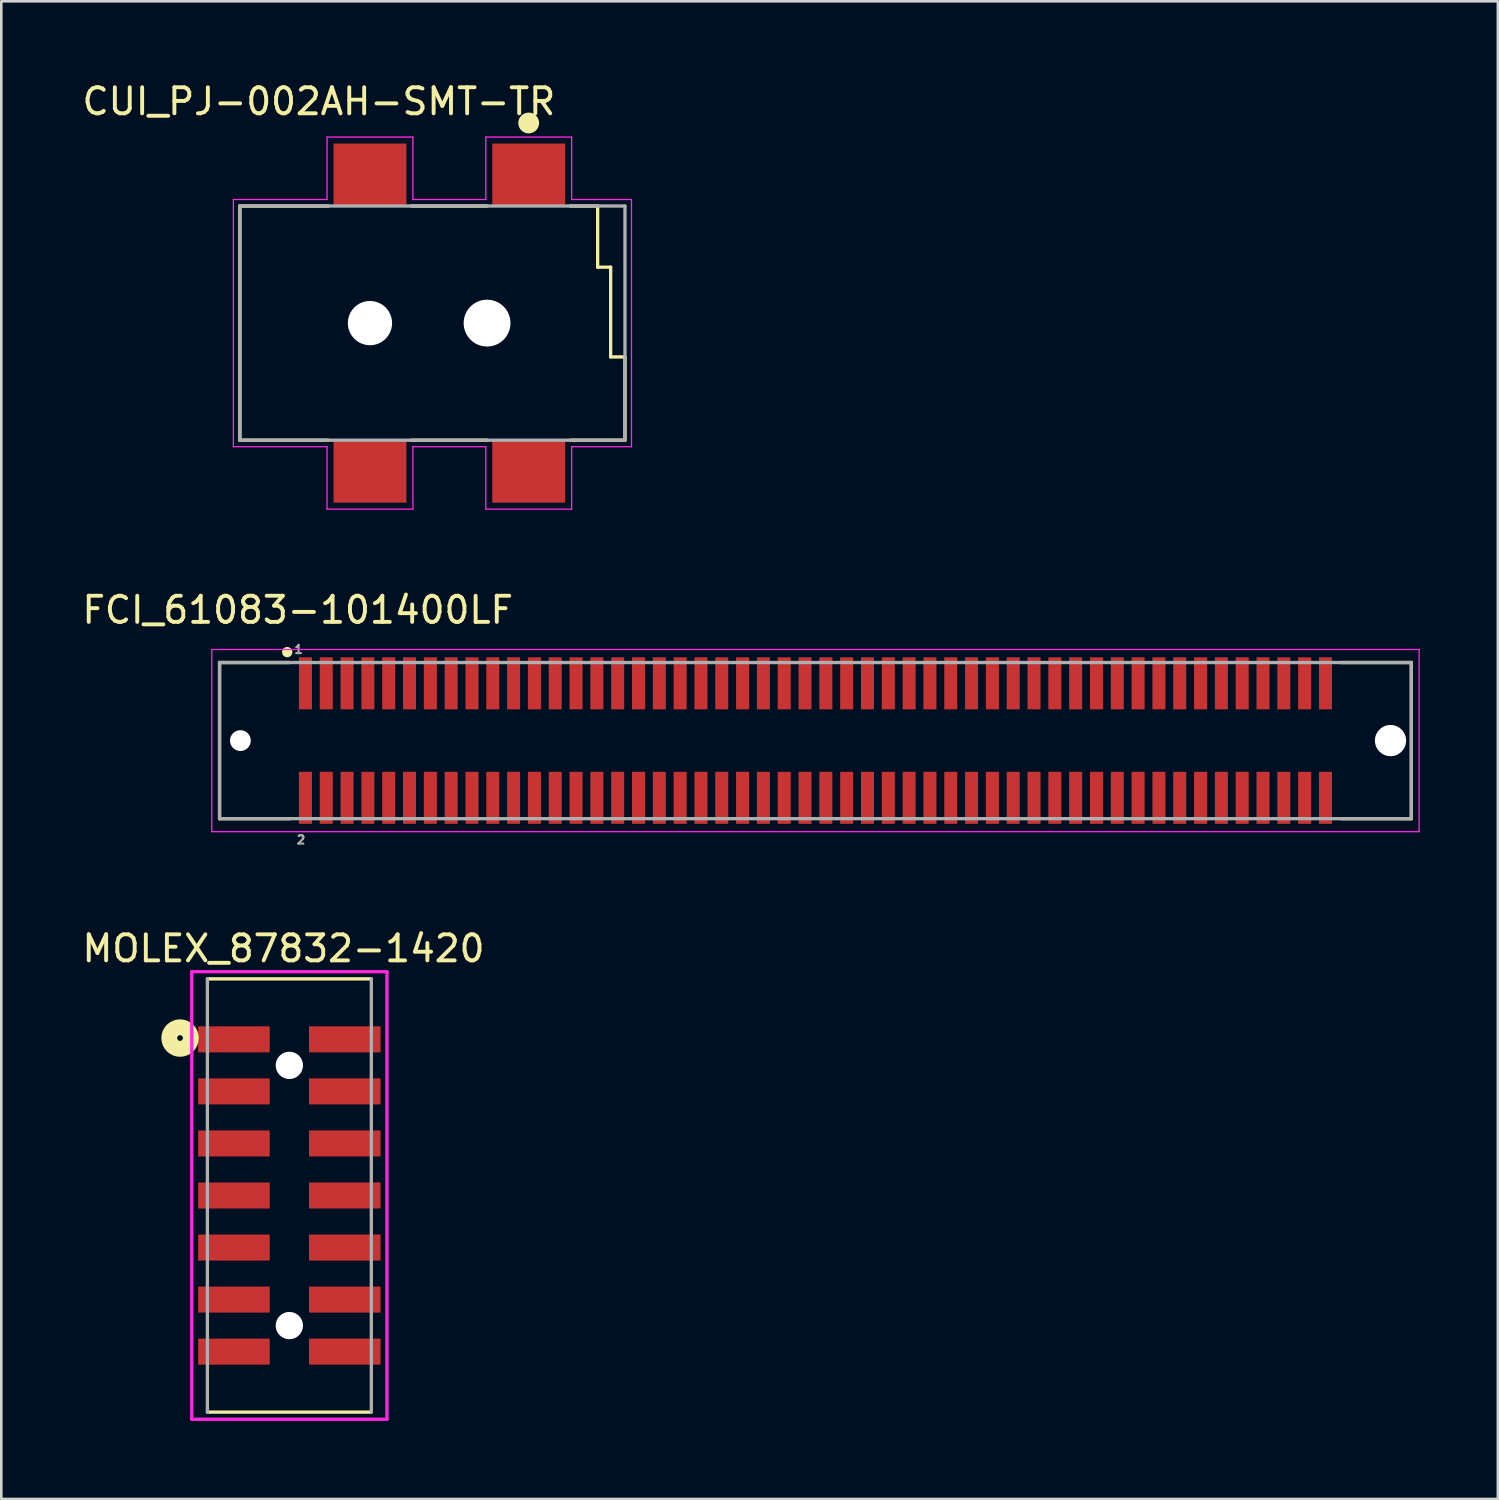
<source format=kicad_pcb>
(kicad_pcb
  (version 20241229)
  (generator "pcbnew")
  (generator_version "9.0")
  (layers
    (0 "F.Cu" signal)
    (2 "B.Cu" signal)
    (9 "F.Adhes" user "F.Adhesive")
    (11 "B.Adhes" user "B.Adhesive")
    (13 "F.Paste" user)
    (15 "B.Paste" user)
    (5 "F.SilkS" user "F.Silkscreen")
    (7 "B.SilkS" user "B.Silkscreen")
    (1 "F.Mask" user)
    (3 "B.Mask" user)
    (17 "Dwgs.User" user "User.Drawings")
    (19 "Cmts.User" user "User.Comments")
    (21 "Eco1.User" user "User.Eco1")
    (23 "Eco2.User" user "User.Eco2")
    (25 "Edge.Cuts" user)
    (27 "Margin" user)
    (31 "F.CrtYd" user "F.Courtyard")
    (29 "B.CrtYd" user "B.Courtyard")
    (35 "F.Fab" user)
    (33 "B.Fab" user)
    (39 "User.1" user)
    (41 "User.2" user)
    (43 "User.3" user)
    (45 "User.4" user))
  (footprint "CUI_PJ-002AH-SMT-TR"
    (layer "F.Cu")
    (at 17.268 3.667)
    (property "Reference" "CUI_PJ-002AH-SMT-TR" (at -8.063 -2.818 0) (layer "F.SilkS") (effects (font (size 1.001 1.001) (thickness 0.15))))
    (attr smd)
    (fp_line (start -11.1 1.2) (end -11.1 10.2) (stroke (width 0.127) (type solid)) (layer "F.SilkS"))
    (fp_line (start -11.1 10.2) (end -7.7 10.2) (stroke (width 0.127) (type solid)) (layer "F.SilkS"))
    (fp_line (start -7.7 1.2) (end -11.1 1.2) (stroke (width 0.127) (type solid)) (layer "F.SilkS"))
    (fp_line (start -4.5 10.2) (end -1.6 10.2) (stroke (width 0.127) (type solid)) (layer "F.SilkS"))
    (fp_line (start -1.6 1.2) (end -4.5 1.2) (stroke (width 0.127) (type solid)) (layer "F.SilkS"))
    (fp_line (start 1.6 10.2) (end 3.7 10.2) (stroke (width 0.127) (type solid)) (layer "F.SilkS"))
    (fp_line (start 2.65 1.2) (end 1.6 1.2) (stroke (width 0.127) (type solid)) (layer "F.SilkS"))
    (fp_line (start 2.65 3.55) (end 2.65 1.2) (stroke (width 0.127) (type solid)) (layer "F.SilkS"))
    (fp_line (start 3.15 3.55) (end 2.65 3.55) (stroke (width 0.127) (type solid)) (layer "F.SilkS"))
    (fp_line (start 3.15 7) (end 3.15 3.55) (stroke (width 0.127) (type solid)) (layer "F.SilkS"))
    (fp_line (start 3.7 7) (end 3.15 7) (stroke (width 0.127) (type solid)) (layer "F.SilkS"))
    (fp_line (start 3.7 10.2) (end 3.7 7) (stroke (width 0.127) (type solid)) (layer "F.SilkS"))
    (fp_circle (center 0 -1.99) (end 0.2 -1.99) (stroke (width 0.4) (type solid)) (fill no) (layer "F.SilkS"))
    (fp_line (start -11.35 0.95) (end -7.75 0.95) (stroke (width 0.05) (type solid)) (layer "F.CrtYd"))
    (fp_line (start -11.35 10.45) (end -11.35 0.95) (stroke (width 0.05) (type solid)) (layer "F.CrtYd"))
    (fp_line (start -7.75 -1.45) (end -4.45 -1.45) (stroke (width 0.05) (type solid)) (layer "F.CrtYd"))
    (fp_line (start -7.75 0.95) (end -7.75 -1.45) (stroke (width 0.05) (type solid)) (layer "F.CrtYd"))
    (fp_line (start -7.75 10.45) (end -11.35 10.45) (stroke (width 0.05) (type solid)) (layer "F.CrtYd"))
    (fp_line (start -7.75 12.85) (end -7.75 10.45) (stroke (width 0.05) (type solid)) (layer "F.CrtYd"))
    (fp_line (start -4.45 -1.45) (end -4.45 0.95) (stroke (width 0.05) (type solid)) (layer "F.CrtYd"))
    (fp_line (start -4.45 0.95) (end -1.65 0.95) (stroke (width 0.05) (type solid)) (layer "F.CrtYd"))
    (fp_line (start -4.45 10.45) (end -4.45 12.85) (stroke (width 0.05) (type solid)) (layer "F.CrtYd"))
    (fp_line (start -4.45 12.85) (end -7.75 12.85) (stroke (width 0.05) (type solid)) (layer "F.CrtYd"))
    (fp_line (start -1.65 -1.45) (end 1.65 -1.45) (stroke (width 0.05) (type solid)) (layer "F.CrtYd"))
    (fp_line (start -1.65 0.95) (end -1.65 -1.45) (stroke (width 0.05) (type solid)) (layer "F.CrtYd"))
    (fp_line (start -1.65 10.45) (end -4.45 10.45) (stroke (width 0.05) (type solid)) (layer "F.CrtYd"))
    (fp_line (start -1.65 12.85) (end -1.65 10.45) (stroke (width 0.05) (type solid)) (layer "F.CrtYd"))
    (fp_line (start 1.65 -1.45) (end 1.65 0.95) (stroke (width 0.05) (type solid)) (layer "F.CrtYd"))
    (fp_line (start 1.65 0.95) (end 3.95 0.95) (stroke (width 0.05) (type solid)) (layer "F.CrtYd"))
    (fp_line (start 1.65 10.45) (end 1.65 12.85) (stroke (width 0.05) (type solid)) (layer "F.CrtYd"))
    (fp_line (start 1.65 12.85) (end -1.65 12.85) (stroke (width 0.05) (type solid)) (layer "F.CrtYd"))
    (fp_line (start 3.95 0.95) (end 3.95 10.45) (stroke (width 0.05) (type solid)) (layer "F.CrtYd"))
    (fp_line (start 3.95 10.45) (end 1.65 10.45) (stroke (width 0.05) (type solid)) (layer "F.CrtYd"))
    (fp_line (start -11.1 1.2) (end -11.1 10.2) (stroke (width 0.127) (type solid)) (layer "F.Fab"))
    (fp_line (start -11.1 10.2) (end 3.7 10.2) (stroke (width 0.127) (type solid)) (layer "F.Fab"))
    (fp_line (start 3.7 1.2) (end -11.1 1.2) (stroke (width 0.127) (type solid)) (layer "F.Fab"))
    (fp_line (start 3.7 10.2) (end 3.7 1.2) (stroke (width 0.127) (type solid)) (layer "F.Fab"))
    (pad "" np_thru_hole circle (at -6.1 5.7) (size 1.7 1.7) (drill 1.7) (layers "*.Cu" "*.Mask"))
    (pad "" np_thru_hole circle (at -1.6 5.7) (size 1.8 1.8) (drill 1.8) (layers "*.Cu" "*.Mask"))
    (pad "1A" smd rect (at 0 0) (size 2.8 2.4) (layers "F.Cu" "F.Mask" "F.Paste"))
    (pad "1B" smd rect (at -6.1 0) (size 2.8 2.4) (layers "F.Cu" "F.Mask" "F.Paste"))
    (pad "2" smd rect (at -6.1 11.4) (size 2.8 2.4) (layers "F.Cu" "F.Mask" "F.Paste"))
    (pad "3" smd rect (at 0 11.4) (size 2.8 2.4) (layers "F.Cu" "F.Mask" "F.Paste")))
  (footprint "MOLEX_87832-1420"
    (layer "F.Cu")
    (at 8.07 42.893)
    (property "Reference" "MOLEX_87832-1420" (at -0.225 -9.491 0) (layer "F.SilkS") (effects (font (size 1.001 1.001) (thickness 0.15))))
    (attr through_hole)
    (fp_line (start -3.15 -8.325) (end 3.15 -8.325) (stroke (width 0.127) (type solid)) (layer "F.SilkS"))
    (fp_line (start 3.15 8.325) (end -3.15 8.325) (stroke (width 0.127) (type solid)) (layer "F.SilkS"))
    (fp_circle (center -4.2 -6.05) (end -4.09 -6.05) (stroke (width 0.61) (type solid)) (fill no) (layer "F.SilkS"))
    (fp_line (start -3.75 -8.6) (end 3.75 -8.6) (stroke (width 0.127) (type solid)) (layer "F.CrtYd"))
    (fp_line (start -3.75 8.6) (end -3.75 -8.6) (stroke (width 0.127) (type solid)) (layer "F.CrtYd"))
    (fp_line (start 3.75 -8.6) (end 3.75 8.6) (stroke (width 0.127) (type solid)) (layer "F.CrtYd"))
    (fp_line (start 3.75 8.6) (end -3.75 8.6) (stroke (width 0.127) (type solid)) (layer "F.CrtYd"))
    (fp_line (start -3.15 8.325) (end -3.15 -8.325) (stroke (width 0.127) (type solid)) (layer "F.Fab"))
    (fp_line (start 3.15 -8.325) (end 3.15 8.325) (stroke (width 0.127) (type solid)) (layer "F.Fab"))
    (pad "" np_thru_hole circle (at 0 -5) (size 1.05 1.05) (drill 1.05) (layers "*.Cu" "*.Mask"))
    (pad "" np_thru_hole circle (at 0 5) (size 1.05 1.05) (drill 1.05) (layers "*.Cu" "*.Mask"))
    (pad "1" smd rect (at -2.13 -6 270) (size 1 2.75) (layers "F.Cu" "F.Mask" "F.Paste"))
    (pad "2" smd rect (at 2.13 -6 270) (size 1 2.75) (layers "F.Cu" "F.Mask" "F.Paste"))
    (pad "3" smd rect (at -2.13 -4 270) (size 1 2.75) (layers "F.Cu" "F.Mask" "F.Paste"))
    (pad "4" smd rect (at 2.13 -4 270) (size 1 2.75) (layers "F.Cu" "F.Mask" "F.Paste"))
    (pad "5" smd rect (at -2.13 -2 270) (size 1 2.75) (layers "F.Cu" "F.Mask" "F.Paste"))
    (pad "6" smd rect (at 2.13 -2 270) (size 1 2.75) (layers "F.Cu" "F.Mask" "F.Paste"))
    (pad "7" smd rect (at -2.13 0 270) (size 1 2.75) (layers "F.Cu" "F.Mask" "F.Paste"))
    (pad "8" smd rect (at 2.13 0 270) (size 1 2.75) (layers "F.Cu" "F.Mask" "F.Paste"))
    (pad "9" smd rect (at -2.13 2 270) (size 1 2.75) (layers "F.Cu" "F.Mask" "F.Paste"))
    (pad "10" smd rect (at 2.13 2 270) (size 1 2.75) (layers "F.Cu" "F.Mask" "F.Paste"))
    (pad "11" smd rect (at -2.13 4 270) (size 1 2.75) (layers "F.Cu" "F.Mask" "F.Paste"))
    (pad "12" smd rect (at 2.13 4 270) (size 1 2.75) (layers "F.Cu" "F.Mask" "F.Paste"))
    (pad "13" smd rect (at -2.13 6 270) (size 1 2.75) (layers "F.Cu" "F.Mask" "F.Paste"))
    (pad "14" smd rect (at 2.13 6 270) (size 1 2.75) (layers "F.Cu" "F.Mask" "F.Paste")))
  (footprint "FCI_61083-101400LF"
    (layer "F.Cu")
    (at 28.288 25.411)
    (property "Reference" "FCI_61083-101400LF" (at -19.896 -5.019 0) (layer "F.SilkS") (effects (font (size 1.004 1.004) (thickness 0.15))))
    (attr through_hole)
    (fp_line (start -22.9 -3) (end -22.9 3) (stroke (width 0.127) (type solid)) (layer "F.SilkS"))
    (fp_line (start -22.9 -3) (end -20.2 -3) (stroke (width 0.127) (type solid)) (layer "F.SilkS"))
    (fp_line (start -22.9 3) (end -20.2 3) (stroke (width 0.127) (type solid)) (layer "F.SilkS"))
    (fp_line (start 20.2 -3) (end 22.9 -3) (stroke (width 0.127) (type solid)) (layer "F.SilkS"))
    (fp_line (start 22.9 -3) (end 22.9 3) (stroke (width 0.127) (type solid)) (layer "F.SilkS"))
    (fp_line (start 22.9 3) (end 20.2 3) (stroke (width 0.127) (type solid)) (layer "F.SilkS"))
    (fp_circle (center -20.3 -3.4) (end -20.2 -3.4) (stroke (width 0.2) (type solid)) (fill no) (layer "F.SilkS"))
    (fp_line (start -23.2 -3.5) (end 23.2 -3.5) (stroke (width 0.05) (type solid)) (layer "F.CrtYd"))
    (fp_line (start -23.2 3.5) (end -23.2 -3.5) (stroke (width 0.05) (type solid)) (layer "F.CrtYd"))
    (fp_line (start 23.2 -3.5) (end 23.2 3.5) (stroke (width 0.05) (type solid)) (layer "F.CrtYd"))
    (fp_line (start 23.2 3.5) (end -23.2 3.5) (stroke (width 0.05) (type solid)) (layer "F.CrtYd"))
    (fp_line (start -22.9 -3) (end 22.9 -3) (stroke (width 0.127) (type solid)) (layer "F.Fab"))
    (fp_line (start -22.9 3) (end -22.9 -3) (stroke (width 0.127) (type solid)) (layer "F.Fab"))
    (fp_line (start 22.9 -3) (end 22.9 3) (stroke (width 0.127) (type solid)) (layer "F.Fab"))
    (fp_line (start 22.9 3) (end -22.9 3) (stroke (width 0.127) (type solid)) (layer "F.Fab"))
    (fp_text user "1" (at -19.863 -3.505 0) (layer "F.Fab") (effects (font (size 0.32 0.32) (thickness 0.15))))
    (fp_text user "2" (at -19.771 3.814 0) (layer "F.Fab") (effects (font (size 0.321 0.321) (thickness 0.15))))
    (pad "" np_thru_hole circle (at -22.1 0) (size 0.8 0.8) (drill 0.8) (layers "*.Cu" "*.Mask"))
    (pad "" np_thru_hole circle (at 22.1 0) (size 1.2 1.2) (drill 1.2) (layers "*.Cu" "*.Mask"))
    (pad "1" smd rect (at -19.6 -2.2) (size 0.5 2) (layers "F.Cu" "F.Mask" "F.Paste"))
    (pad "2" smd rect (at -19.6 2.2 90) (size 2 0.5) (layers "F.Cu" "F.Mask" "F.Paste"))
    (pad "3" smd rect (at -18.8 -2.2) (size 0.5 2) (layers "F.Cu" "F.Mask" "F.Paste"))
    (pad "4" smd rect (at -18.8 2.2) (size 0.5 2) (layers "F.Cu" "F.Mask" "F.Paste"))
    (pad "5" smd rect (at -18 -2.2) (size 0.5 2) (layers "F.Cu" "F.Mask" "F.Paste"))
    (pad "6" smd rect (at -18 2.2) (size 0.5 2) (layers "F.Cu" "F.Mask" "F.Paste"))
    (pad "7" smd rect (at -17.2 -2.2) (size 0.5 2) (layers "F.Cu" "F.Mask" "F.Paste"))
    (pad "8" smd rect (at -17.2 2.2) (size 0.5 2) (layers "F.Cu" "F.Mask" "F.Paste"))
    (pad "9" smd rect (at -16.4 -2.2) (size 0.5 2) (layers "F.Cu" "F.Mask" "F.Paste"))
    (pad "10" smd rect (at -16.4 2.2) (size 0.5 2) (layers "F.Cu" "F.Mask" "F.Paste"))
    (pad "11" smd rect (at -15.6 -2.2) (size 0.5 2) (layers "F.Cu" "F.Mask" "F.Paste"))
    (pad "12" smd rect (at -15.6 2.2) (size 0.5 2) (layers "F.Cu" "F.Mask" "F.Paste"))
    (pad "13" smd rect (at -14.8 -2.2) (size 0.5 2) (layers "F.Cu" "F.Mask" "F.Paste"))
    (pad "14" smd rect (at -14.8 2.2) (size 0.5 2) (layers "F.Cu" "F.Mask" "F.Paste"))
    (pad "15" smd rect (at -14 -2.2) (size 0.5 2) (layers "F.Cu" "F.Mask" "F.Paste"))
    (pad "16" smd rect (at -14 2.2) (size 0.5 2) (layers "F.Cu" "F.Mask" "F.Paste"))
    (pad "17" smd rect (at -13.2 -2.2) (size 0.5 2) (layers "F.Cu" "F.Mask" "F.Paste"))
    (pad "18" smd rect (at -13.2 2.2) (size 0.5 2) (layers "F.Cu" "F.Mask" "F.Paste"))
    (pad "19" smd rect (at -12.4 -2.2) (size 0.5 2) (layers "F.Cu" "F.Mask" "F.Paste"))
    (pad "20" smd rect (at -12.4 2.2) (size 0.5 2) (layers "F.Cu" "F.Mask" "F.Paste"))
    (pad "21" smd rect (at -11.6 -2.2) (size 0.5 2) (layers "F.Cu" "F.Mask" "F.Paste"))
    (pad "22" smd rect (at -11.6 2.2) (size 0.5 2) (layers "F.Cu" "F.Mask" "F.Paste"))
    (pad "23" smd rect (at -10.8 -2.2) (size 0.5 2) (layers "F.Cu" "F.Mask" "F.Paste"))
    (pad "24" smd rect (at -10.8 2.2) (size 0.5 2) (layers "F.Cu" "F.Mask" "F.Paste"))
    (pad "25" smd rect (at -10 -2.2) (size 0.5 2) (layers "F.Cu" "F.Mask" "F.Paste"))
    (pad "26" smd rect (at -10 2.2) (size 0.5 2) (layers "F.Cu" "F.Mask" "F.Paste"))
    (pad "27" smd rect (at -9.2 -2.2) (size 0.5 2) (layers "F.Cu" "F.Mask" "F.Paste"))
    (pad "28" smd rect (at -9.2 2.2) (size 0.5 2) (layers "F.Cu" "F.Mask" "F.Paste"))
    (pad "29" smd rect (at -8.4 -2.2) (size 0.5 2) (layers "F.Cu" "F.Mask" "F.Paste"))
    (pad "30" smd rect (at -8.4 2.2) (size 0.5 2) (layers "F.Cu" "F.Mask" "F.Paste"))
    (pad "31" smd rect (at -7.6 -2.2) (size 0.5 2) (layers "F.Cu" "F.Mask" "F.Paste"))
    (pad "32" smd rect (at -7.6 2.2) (size 0.5 2) (layers "F.Cu" "F.Mask" "F.Paste"))
    (pad "33" smd rect (at -6.8 -2.2) (size 0.5 2) (layers "F.Cu" "F.Mask" "F.Paste"))
    (pad "34" smd rect (at -6.8 2.2) (size 0.5 2) (layers "F.Cu" "F.Mask" "F.Paste"))
    (pad "35" smd rect (at -6 -2.2) (size 0.5 2) (layers "F.Cu" "F.Mask" "F.Paste"))
    (pad "36" smd rect (at -6 2.2) (size 0.5 2) (layers "F.Cu" "F.Mask" "F.Paste"))
    (pad "37" smd rect (at -5.2 -2.2) (size 0.5 2) (layers "F.Cu" "F.Mask" "F.Paste"))
    (pad "38" smd rect (at -5.2 2.2) (size 0.5 2) (layers "F.Cu" "F.Mask" "F.Paste"))
    (pad "39" smd rect (at -4.4 -2.2) (size 0.5 2) (layers "F.Cu" "F.Mask" "F.Paste"))
    (pad "40" smd rect (at -4.4 2.2) (size 0.5 2) (layers "F.Cu" "F.Mask" "F.Paste"))
    (pad "41" smd rect (at -3.6 -2.2) (size 0.5 2) (layers "F.Cu" "F.Mask" "F.Paste"))
    (pad "42" smd rect (at -3.6 2.2) (size 0.5 2) (layers "F.Cu" "F.Mask" "F.Paste"))
    (pad "43" smd rect (at -2.8 -2.2) (size 0.5 2) (layers "F.Cu" "F.Mask" "F.Paste"))
    (pad "44" smd rect (at -2.8 2.2) (size 0.5 2) (layers "F.Cu" "F.Mask" "F.Paste"))
    (pad "45" smd rect (at -2 -2.2) (size 0.5 2) (layers "F.Cu" "F.Mask" "F.Paste"))
    (pad "46" smd rect (at -2 2.2) (size 0.5 2) (layers "F.Cu" "F.Mask" "F.Paste"))
    (pad "47" smd rect (at -1.2 -2.2) (size 0.5 2) (layers "F.Cu" "F.Mask" "F.Paste"))
    (pad "48" smd rect (at -1.2 2.2) (size 0.5 2) (layers "F.Cu" "F.Mask" "F.Paste"))
    (pad "49" smd rect (at -0.4 -2.2) (size 0.5 2) (layers "F.Cu" "F.Mask" "F.Paste"))
    (pad "50" smd rect (at -0.4 2.2) (size 0.5 2) (layers "F.Cu" "F.Mask" "F.Paste"))
    (pad "51" smd rect (at 0.4 -2.2) (size 0.5 2) (layers "F.Cu" "F.Mask" "F.Paste"))
    (pad "52" smd rect (at 0.4 2.2) (size 0.5 2) (layers "F.Cu" "F.Mask" "F.Paste"))
    (pad "53" smd rect (at 1.2 -2.2) (size 0.5 2) (layers "F.Cu" "F.Mask" "F.Paste"))
    (pad "54" smd rect (at 1.2 2.2) (size 0.5 2) (layers "F.Cu" "F.Mask" "F.Paste"))
    (pad "55" smd rect (at 2 -2.2) (size 0.5 2) (layers "F.Cu" "F.Mask" "F.Paste"))
    (pad "56" smd rect (at 2 2.2) (size 0.5 2) (layers "F.Cu" "F.Mask" "F.Paste"))
    (pad "57" smd rect (at 2.8 -2.2) (size 0.5 2) (layers "F.Cu" "F.Mask" "F.Paste"))
    (pad "58" smd rect (at 2.8 2.2) (size 0.5 2) (layers "F.Cu" "F.Mask" "F.Paste"))
    (pad "59" smd rect (at 3.6 -2.2) (size 0.5 2) (layers "F.Cu" "F.Mask" "F.Paste"))
    (pad "60" smd rect (at 3.6 2.2) (size 0.5 2) (layers "F.Cu" "F.Mask" "F.Paste"))
    (pad "61" smd rect (at 4.4 -2.2) (size 0.5 2) (layers "F.Cu" "F.Mask" "F.Paste"))
    (pad "62" smd rect (at 4.4 2.2) (size 0.5 2) (layers "F.Cu" "F.Mask" "F.Paste"))
    (pad "63" smd rect (at 5.2 -2.2) (size 0.5 2) (layers "F.Cu" "F.Mask" "F.Paste"))
    (pad "64" smd rect (at 5.2 2.2) (size 0.5 2) (layers "F.Cu" "F.Mask" "F.Paste"))
    (pad "65" smd rect (at 6 -2.2) (size 0.5 2) (layers "F.Cu" "F.Mask" "F.Paste"))
    (pad "66" smd rect (at 6 2.2) (size 0.5 2) (layers "F.Cu" "F.Mask" "F.Paste"))
    (pad "67" smd rect (at 6.8 -2.2) (size 0.5 2) (layers "F.Cu" "F.Mask" "F.Paste"))
    (pad "68" smd rect (at 6.8 2.2) (size 0.5 2) (layers "F.Cu" "F.Mask" "F.Paste"))
    (pad "69" smd rect (at 7.6 -2.2) (size 0.5 2) (layers "F.Cu" "F.Mask" "F.Paste"))
    (pad "70" smd rect (at 7.6 2.2) (size 0.5 2) (layers "F.Cu" "F.Mask" "F.Paste"))
    (pad "71" smd rect (at 8.4 -2.2) (size 0.5 2) (layers "F.Cu" "F.Mask" "F.Paste"))
    (pad "72" smd rect (at 8.4 2.2) (size 0.5 2) (layers "F.Cu" "F.Mask" "F.Paste"))
    (pad "73" smd rect (at 9.2 -2.2) (size 0.5 2) (layers "F.Cu" "F.Mask" "F.Paste"))
    (pad "74" smd rect (at 9.2 2.2) (size 0.5 2) (layers "F.Cu" "F.Mask" "F.Paste"))
    (pad "75" smd rect (at 10 -2.2) (size 0.5 2) (layers "F.Cu" "F.Mask" "F.Paste"))
    (pad "76" smd rect (at 10 2.2) (size 0.5 2) (layers "F.Cu" "F.Mask" "F.Paste"))
    (pad "77" smd rect (at 10.8 -2.2) (size 0.5 2) (layers "F.Cu" "F.Mask" "F.Paste"))
    (pad "78" smd rect (at 10.8 2.2) (size 0.5 2) (layers "F.Cu" "F.Mask" "F.Paste"))
    (pad "79" smd rect (at 11.6 -2.2) (size 0.5 2) (layers "F.Cu" "F.Mask" "F.Paste"))
    (pad "80" smd rect (at 11.6 2.2) (size 0.5 2) (layers "F.Cu" "F.Mask" "F.Paste"))
    (pad "81" smd rect (at 12.4 -2.2) (size 0.5 2) (layers "F.Cu" "F.Mask" "F.Paste"))
    (pad "82" smd rect (at 12.4 2.2) (size 0.5 2) (layers "F.Cu" "F.Mask" "F.Paste"))
    (pad "83" smd rect (at 13.2 -2.2) (size 0.5 2) (layers "F.Cu" "F.Mask" "F.Paste"))
    (pad "84" smd rect (at 13.2 2.2) (size 0.5 2) (layers "F.Cu" "F.Mask" "F.Paste"))
    (pad "85" smd rect (at 14 -2.2) (size 0.5 2) (layers "F.Cu" "F.Mask" "F.Paste"))
    (pad "86" smd rect (at 14 2.2) (size 0.5 2) (layers "F.Cu" "F.Mask" "F.Paste"))
    (pad "87" smd rect (at 14.8 -2.2) (size 0.5 2) (layers "F.Cu" "F.Mask" "F.Paste"))
    (pad "88" smd rect (at 14.8 2.2) (size 0.5 2) (layers "F.Cu" "F.Mask" "F.Paste"))
    (pad "89" smd rect (at 15.6 -2.2) (size 0.5 2) (layers "F.Cu" "F.Mask" "F.Paste"))
    (pad "90" smd rect (at 15.6 2.2) (size 0.5 2) (layers "F.Cu" "F.Mask" "F.Paste"))
    (pad "91" smd rect (at 16.4 -2.2) (size 0.5 2) (layers "F.Cu" "F.Mask" "F.Paste"))
    (pad "92" smd rect (at 16.4 2.2) (size 0.5 2) (layers "F.Cu" "F.Mask" "F.Paste"))
    (pad "93" smd rect (at 17.2 -2.2) (size 0.5 2) (layers "F.Cu" "F.Mask" "F.Paste"))
    (pad "94" smd rect (at 17.2 2.2) (size 0.5 2) (layers "F.Cu" "F.Mask" "F.Paste"))
    (pad "95" smd rect (at 18 -2.2) (size 0.5 2) (layers "F.Cu" "F.Mask" "F.Paste"))
    (pad "96" smd rect (at 18 2.2) (size 0.5 2) (layers "F.Cu" "F.Mask" "F.Paste"))
    (pad "97" smd rect (at 18.8 -2.2) (size 0.5 2) (layers "F.Cu" "F.Mask" "F.Paste"))
    (pad "98" smd rect (at 18.8 2.2) (size 0.5 2) (layers "F.Cu" "F.Mask" "F.Paste"))
    (pad "99" smd rect (at 19.6 -2.2) (size 0.5 2) (layers "F.Cu" "F.Mask" "F.Paste"))
    (pad "100" smd rect (at 19.6 2.2) (size 0.5 2) (layers "F.Cu" "F.Mask" "F.Paste")))
  (gr_rect
    (start -3 -3)
    (end 54.513 54.557)
    (stroke (width 0.1) (type default))
    (fill no)
    (layer "Edge.Cuts")))
</source>
